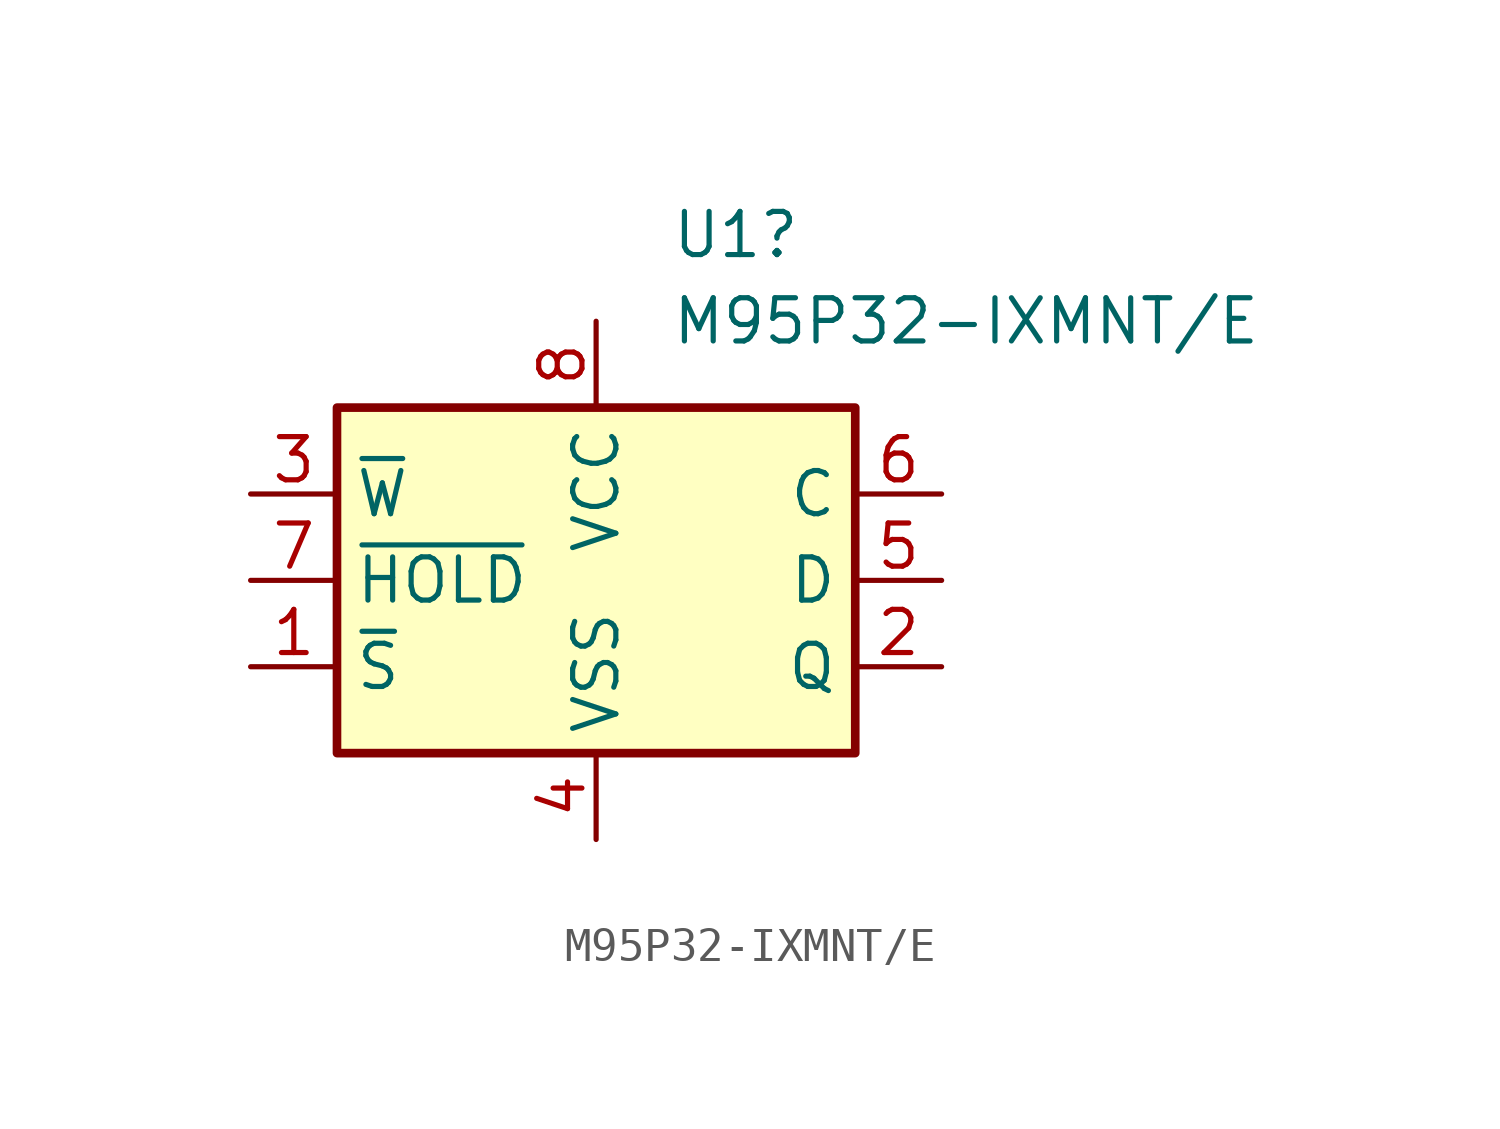
<source format=kicad_sym>
(kicad_symbol_lib
  (version 20231120)
  (generator "kicad_symbol_editor")
  (generator_version "8.0")
  (symbol "M95P32-IXMNT/E"
    (property "Reference" "U1"
      (at 2.194 10.16 0)
      (effects (font (size 1.27 1.27)) (justify left)))
    (property "Value" "M95P32-IXMNT/E"
      (at 2.194 7.62 0)
      (effects (font (size 1.27 1.27)) (justify left)))
    (symbol "M95P32-IXMNT/E_1_1"
      (rectangle (start -7.62 5.08) (end 7.62 -5.08) (stroke (width 0.254) (type default)) (fill (type background)))
      (pin input line (at -10.16 -2.54 0) (length 2.54) (name "~{S}" (effects (font (size 1.27 1.27)))) (number "1" (effects (font (size 1.27 1.27)))))
      (pin output line (at 10.16 -2.54 180) (length 2.54) (name "Q" (effects (font (size 1.27 1.27)))) (number "2" (effects (font (size 1.27 1.27)))))
      (pin input line (at -10.16 2.54 0) (length 2.54) (name "~{W}" (effects (font (size 1.27 1.27)))) (number "3" (effects (font (size 1.27 1.27)))))
      (pin bidirectional line (at 0 -7.62 90) (length 2.54) (name "VSS" (effects (font (size 1.27 1.27)))) (number "4" (effects (font (size 1.27 1.27)))))
      (pin input line (at 10.16 0 180) (length 2.54) (name "D" (effects (font (size 1.27 1.27)))) (number "5" (effects (font (size 1.27 1.27)))))
      (pin input line (at 10.16 2.54 180) (length 2.54) (name "C" (effects (font (size 1.27 1.27)))) (number "6" (effects (font (size 1.27 1.27)))))
      (pin input line (at -10.16 0 0) (length 2.54) (name "~{HOLD}" (effects (font (size 1.27 1.27)))) (number "7" (effects (font (size 1.27 1.27)))))
      (pin power_in line (at 0 7.62 270) (length 2.54) (name "VCC" (effects (font (size 1.27 1.27)))) (number "8" (effects (font (size 1.27 1.27))))))))
</source>
